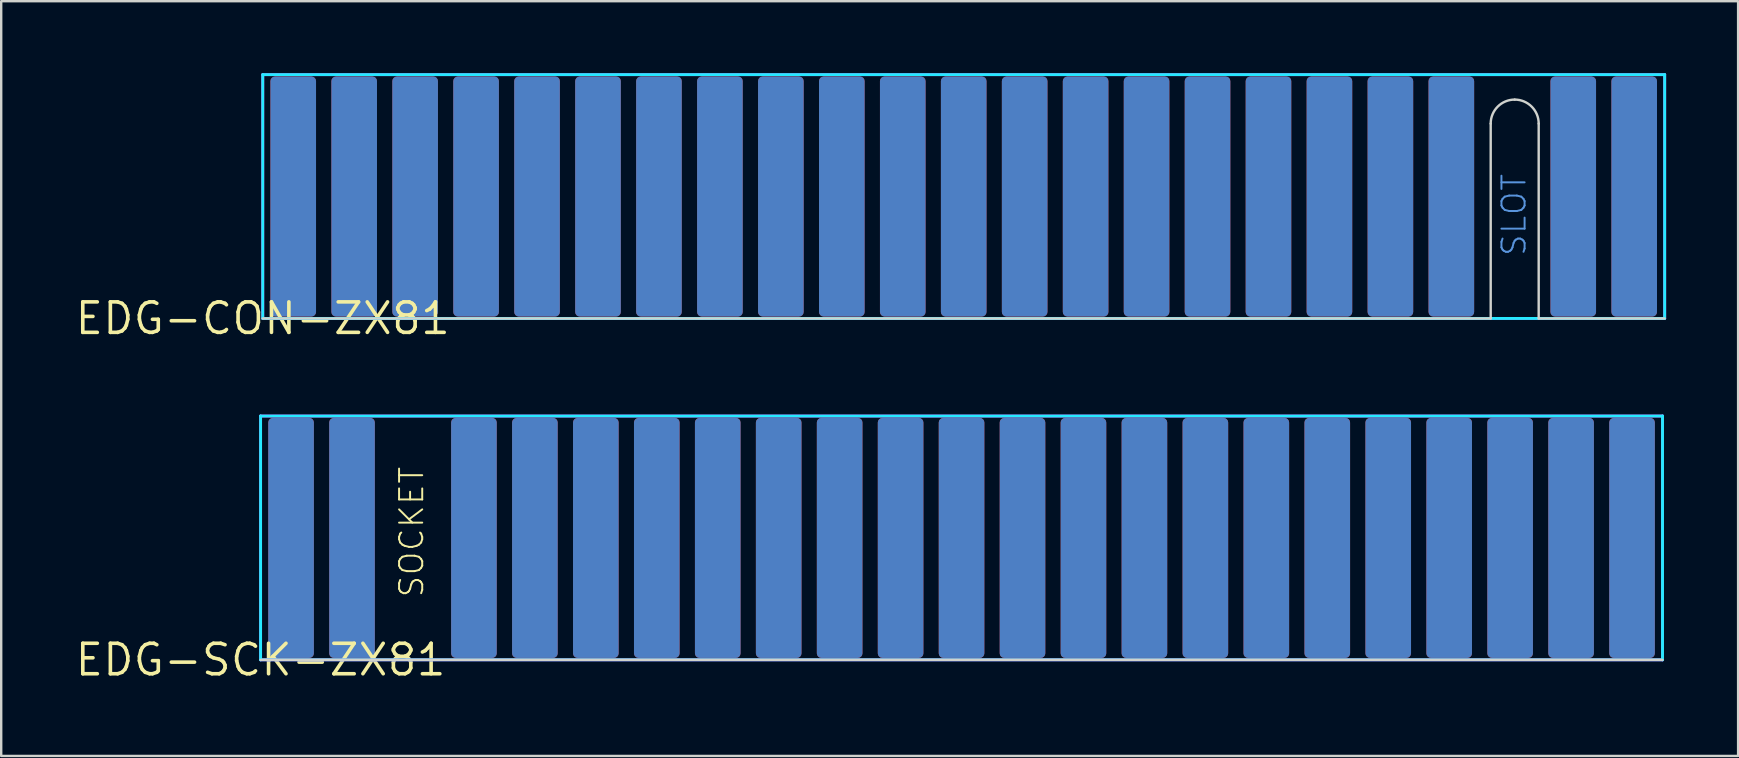
<source format=kicad_pcb>
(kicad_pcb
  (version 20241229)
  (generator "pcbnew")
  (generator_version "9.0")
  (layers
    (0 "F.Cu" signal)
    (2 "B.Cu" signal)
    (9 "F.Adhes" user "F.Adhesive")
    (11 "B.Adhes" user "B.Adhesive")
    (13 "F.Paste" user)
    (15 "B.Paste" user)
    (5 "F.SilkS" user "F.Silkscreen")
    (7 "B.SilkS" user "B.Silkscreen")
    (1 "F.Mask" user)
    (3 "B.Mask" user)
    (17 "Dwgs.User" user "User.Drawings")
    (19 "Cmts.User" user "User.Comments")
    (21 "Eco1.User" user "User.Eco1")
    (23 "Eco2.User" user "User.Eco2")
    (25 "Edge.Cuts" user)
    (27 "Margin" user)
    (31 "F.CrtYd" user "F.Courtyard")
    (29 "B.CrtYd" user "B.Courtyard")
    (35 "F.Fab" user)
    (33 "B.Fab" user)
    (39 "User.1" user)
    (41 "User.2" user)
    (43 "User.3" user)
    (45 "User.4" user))
  (footprint "EDG-CON-ZX81"
    (layer "F.Cu")
    (at 7.899 10.22)
    (property "Reference" "EDG-CON-ZX81" (at 0 0 0) (layer "F.SilkS") (effects (font (size 1.27 1.27) (thickness 0.15))))
    (attr through_hole)
    (fp_line (start 0 0) (end 51.17 0) (stroke (width 0.1) (type solid)) (layer "Edge.Cuts"))
    (fp_line (start 51.17 0) (end 51.17 -8.12) (stroke (width 0.1) (type solid)) (layer "Edge.Cuts"))
    (fp_line (start 53.17 -8.12) (end 53.17 0) (stroke (width 0.1) (type solid)) (layer "Edge.Cuts"))
    (fp_line (start 53.17 0) (end 58.42 0) (stroke (width 0.1) (type solid)) (layer "Edge.Cuts"))
    (fp_arc (start 51.17 -8.12) (mid 51.462893 -8.827107) (end 52.17 -9.12) (stroke (width 0.1) (type solid)) (layer "Edge.Cuts"))
    (fp_arc (start 52.17 -9.12) (mid 52.877107 -8.827107) (end 53.17 -8.12) (stroke (width 0.1) (type solid)) (layer "Edge.Cuts"))
    (fp_line (start 0 -10.16) (end 58.42 -10.16) (stroke (width 0.12) (type solid)) (layer "B.CrtYd"))
    (fp_line (start 0 0) (end 0 -10.16) (stroke (width 0.12) (type solid)) (layer "B.CrtYd"))
    (fp_line (start 58.42 -10.16) (end 58.42 0) (stroke (width 0.12) (type solid)) (layer "B.CrtYd"))
    (fp_line (start 58.42 0) (end 0 0) (stroke (width 0.12) (type solid)) (layer "B.CrtYd"))
    (fp_line (start 0 -10.16) (end 58.42 -10.16) (stroke (width 0.12) (type solid)) (layer "F.CrtYd"))
    (fp_line (start 0 0) (end 0 -10.16) (stroke (width 0.12) (type solid)) (layer "F.CrtYd"))
    (fp_line (start 58.42 -10.16) (end 58.42 0) (stroke (width 0.12) (type solid)) (layer "F.CrtYd"))
    (fp_line (start 58.42 0) (end 0 0) (stroke (width 0.12) (type solid)) (layer "F.CrtYd"))
    (fp_text user "SLOT" (at 52.705 -2.54 90) (unlocked yes) (layer "Cmts.User") (effects (font (size 0.965 0.965) (thickness 0.081)) (justify left bottom)))
    (pad "+5V" smd roundrect (at 57.15 -5.08) (size 1.9 10) (layers "B.Cu" "B.Mask" "B.Paste") (roundrect_rratio 0.1))
    (pad "+9V" smd roundrect (at 54.61 -5.08) (size 1.9 10) (layers "B.Cu" "B.Mask" "B.Paste") (roundrect_rratio 0.1))
    (pad "A0" smd roundrect (at 41.91 -5.08) (size 1.9 10) (layers "B.Cu" "B.Mask" "B.Paste") (roundrect_rratio 0.1))
    (pad "A1" smd roundrect (at 39.37 -5.08) (size 1.9 10) (layers "B.Cu" "B.Mask" "B.Paste") (roundrect_rratio 0.1))
    (pad "A2" smd roundrect (at 36.83 -5.08) (size 1.9 10) (layers "B.Cu" "B.Mask" "B.Paste") (roundrect_rratio 0.1))
    (pad "A3" smd roundrect (at 34.29 -5.08) (size 1.9 10) (layers "B.Cu" "B.Mask" "B.Paste") (roundrect_rratio 0.1))
    (pad "A4" smd roundrect (at 3.81 -5.08) (size 1.9 10) (layers "B.Cu" "B.Mask" "B.Paste") (roundrect_rratio 0.1))
    (pad "A5" smd roundrect (at 6.35 -5.08) (size 1.9 10) (layers "B.Cu" "B.Mask" "B.Paste") (roundrect_rratio 0.1))
    (pad "A6" smd roundrect (at 8.89 -5.08) (size 1.9 10) (layers "B.Cu" "B.Mask" "B.Paste") (roundrect_rratio 0.1))
    (pad "A7" smd roundrect (at 11.43 -5.08) (size 1.9 10) (layers "B.Cu" "B.Mask" "B.Paste") (roundrect_rratio 0.1))
    (pad "A8" smd roundrect (at 13.97 -5.08) (size 1.9 10) (layers "B.Cu" "B.Mask" "B.Paste") (roundrect_rratio 0.1))
    (pad "A9" smd roundrect (at 16.51 -5.08) (size 1.9 10) (layers "B.Cu" "B.Mask" "B.Paste") (roundrect_rratio 0.1))
    (pad "A10" smd roundrect (at 19.05 -5.08) (size 1.9 10) (layers "B.Cu" "B.Mask" "B.Paste") (roundrect_rratio 0.1))
    (pad "A11" smd roundrect (at 21.59 -5.08) (size 1.9 10) (layers "B.Cu" "B.Mask" "B.Paste") (roundrect_rratio 0.1))
    (pad "A12" smd roundrect (at 24.13 -5.08) (size 1.9 10) (layers "B.Cu" "B.Mask" "B.Paste") (roundrect_rratio 0.1))
    (pad "A13" smd roundrect (at 26.67 -5.08) (size 1.9 10) (layers "B.Cu" "B.Mask" "B.Paste") (roundrect_rratio 0.1))
    (pad "A14" smd roundrect (at 29.21 -5.08) (size 1.9 10) (layers "B.Cu" "B.Mask" "B.Paste") (roundrect_rratio 0.1))
    (pad "A15" smd roundrect (at 31.75 -5.08) (size 1.9 10) (layers "B.Cu" "B.Mask" "B.Paste") (roundrect_rratio 0.1))
    (pad "D0" smd roundrect (at 49.53 -5.08) (size 1.9 10) (layers "F.Cu" "F.Mask" "F.Paste") (roundrect_rratio 0.1))
    (pad "D1" smd roundrect (at 46.99 -5.08) (size 1.9 10) (layers "F.Cu" "F.Mask" "F.Paste") (roundrect_rratio 0.1))
    (pad "D2" smd roundrect (at 44.45 -5.08) (size 1.9 10) (layers "F.Cu" "F.Mask" "F.Paste") (roundrect_rratio 0.1))
    (pad "D3" smd roundrect (at 36.83 -5.08) (size 1.9 10) (layers "F.Cu" "F.Mask" "F.Paste") (roundrect_rratio 0.1))
    (pad "D4" smd roundrect (at 34.29 -5.08) (size 1.9 10) (layers "F.Cu" "F.Mask" "F.Paste") (roundrect_rratio 0.1))
    (pad "D5" smd roundrect (at 39.37 -5.08) (size 1.9 10) (layers "F.Cu" "F.Mask" "F.Paste") (roundrect_rratio 0.1))
    (pad "D6" smd roundrect (at 41.91 -5.08) (size 1.9 10) (layers "F.Cu" "F.Mask" "F.Paste") (roundrect_rratio 0.1))
    (pad "D7" smd roundrect (at 57.15 -5.08) (size 1.9 10) (layers "F.Cu" "F.Mask" "F.Paste") (roundrect_rratio 0.1))
    (pad "GND0" smd roundrect (at 49.53 -5.08) (size 1.9 10) (layers "B.Cu" "B.Mask" "B.Paste") (roundrect_rratio 0.1))
    (pad "GND1" smd roundrect (at 46.99 -5.08) (size 1.9 10) (layers "B.Cu" "B.Mask" "B.Paste") (roundrect_rratio 0.1))
    (pad "RAM_C.S." smd roundrect (at 54.61 -5.08) (size 1.9 10) (layers "F.Cu" "F.Mask" "F.Paste") (roundrect_rratio 0.1))
    (pad "~{BUSAC}" smd roundrect (at 13.97 -5.08) (size 1.9 10) (layers "F.Cu" "F.Mask" "F.Paste") (roundrect_rratio 0.1))
    (pad "~{BUSRQ}" smd roundrect (at 8.89 -5.08) (size 1.9 10) (layers "F.Cu" "F.Mask" "F.Paste") (roundrect_rratio 0.1))
    (pad "~{HALT}" smd roundrect (at 26.67 -5.08) (size 1.9 10) (layers "F.Cu" "F.Mask" "F.Paste") (roundrect_rratio 0.1))
    (pad "~{INT}" smd roundrect (at 31.75 -5.08) (size 1.9 10) (layers "F.Cu" "F.Mask" "F.Paste") (roundrect_rratio 0.1))
    (pad "~{IORQ}" smd roundrect (at 21.59 -5.08) (size 1.9 10) (layers "F.Cu" "F.Mask" "F.Paste") (roundrect_rratio 0.1))
    (pad "~{M1}" smd roundrect (at 3.81 -5.08) (size 1.9 10) (layers "F.Cu" "F.Mask" "F.Paste") (roundrect_rratio 0.1))
    (pad "~{MREQ}" smd roundrect (at 24.13 -5.08) (size 1.9 10) (layers "F.Cu" "F.Mask" "F.Paste") (roundrect_rratio 0.1))
    (pad "~{NMI}" smd roundrect (at 29.21 -5.08) (size 1.9 10) (layers "F.Cu" "F.Mask" "F.Paste") (roundrect_rratio 0.1))
    (pad "~{PHI}" smd roundrect (at 44.45 -5.08) (size 1.9 10) (layers "B.Cu" "B.Mask" "B.Paste") (roundrect_rratio 0.1))
    (pad "~{RD}" smd roundrect (at 19.05 -5.08) (size 1.9 10) (layers "F.Cu" "F.Mask" "F.Paste") (roundrect_rratio 0.1))
    (pad "~{RESET}" smd roundrect (at 6.35 -5.08) (size 1.9 10) (layers "F.Cu" "F.Mask" "F.Paste") (roundrect_rratio 0.1))
    (pad "~{RFSH}" smd roundrect (at 1.27 -5.08) (size 1.9 10) (layers "F.Cu" "F.Mask" "F.Paste") (roundrect_rratio 0.1))
    (pad "~{ROM_C.S.}" smd roundrect (at 1.27 -5.08) (size 1.9 10) (layers "B.Cu" "B.Mask" "B.Paste") (roundrect_rratio 0.1))
    (pad "~{WAIT}" smd roundrect (at 11.43 -5.08) (size 1.9 10) (layers "F.Cu" "F.Mask" "F.Paste") (roundrect_rratio 0.1))
    (pad "~{WR}" smd roundrect (at 16.51 -5.08) (size 1.9 10) (layers "F.Cu" "F.Mask" "F.Paste") (roundrect_rratio 0.1)))
  (footprint "EDG-SCK-ZX81"
    (layer "F.Cu")
    (at 7.809 24.446)
    (property "Reference" "EDG-SCK-ZX81" (at 0 0 0) (layer "F.SilkS") (effects (font (size 1.27 1.27) (thickness 0.15))))
    (attr through_hole)
    (fp_line (start 58.42 0) (end 0 0) (stroke (width 0.1) (type solid)) (layer "Edge.Cuts"))
    (fp_line (start 0 -10.16) (end 58.42 -10.16) (stroke (width 0.12) (type solid)) (layer "B.CrtYd"))
    (fp_line (start 0 0) (end 0 -10.16) (stroke (width 0.12) (type solid)) (layer "B.CrtYd"))
    (fp_line (start 58.42 -10.16) (end 58.42 0) (stroke (width 0.12) (type solid)) (layer "B.CrtYd"))
    (fp_line (start 58.42 0) (end 0 0) (stroke (width 0.12) (type solid)) (layer "B.CrtYd"))
    (fp_line (start 0 -10.16) (end 58.42 -10.16) (stroke (width 0.12) (type solid)) (layer "F.CrtYd"))
    (fp_line (start 0 0) (end 0 -10.16) (stroke (width 0.12) (type solid)) (layer "F.CrtYd"))
    (fp_line (start 0 0) (end 58.42 0) (stroke (width 0.12) (type solid)) (layer "F.CrtYd"))
    (fp_line (start 58.42 -10.16) (end 58.42 0) (stroke (width 0.12) (type solid)) (layer "F.CrtYd"))
    (fp_text user "SOCKET" (at 6.858 -2.54 90) (unlocked yes) (layer "F.SilkS") (effects (font (size 0.965 0.965) (thickness 0.081)) (justify left bottom)))
    (pad "+5V" smd roundrect (at 1.27 -5.08) (size 1.9 10) (layers "B.Cu" "B.Mask" "B.Paste") (roundrect_rratio 0.1))
    (pad "+9V" smd roundrect (at 3.81 -5.08) (size 1.9 10) (layers "B.Cu" "B.Mask" "B.Paste") (roundrect_rratio 0.1))
    (pad "A0" smd roundrect (at 16.51 -5.08) (size 1.9 10) (layers "B.Cu" "B.Mask" "B.Paste") (roundrect_rratio 0.1))
    (pad "A1" smd roundrect (at 19.05 -5.08) (size 1.9 10) (layers "B.Cu" "B.Mask" "B.Paste") (roundrect_rratio 0.1))
    (pad "A2" smd roundrect (at 21.59 -5.08) (size 1.9 10) (layers "B.Cu" "B.Mask" "B.Paste") (roundrect_rratio 0.1))
    (pad "A3" smd roundrect (at 24.13 -5.08) (size 1.9 10) (layers "B.Cu" "B.Mask" "B.Paste") (roundrect_rratio 0.1))
    (pad "A4" smd roundrect (at 54.61 -5.08) (size 1.9 10) (layers "B.Cu" "B.Mask" "B.Paste") (roundrect_rratio 0.1))
    (pad "A5" smd roundrect (at 52.07 -5.08) (size 1.9 10) (layers "B.Cu" "B.Mask" "B.Paste") (roundrect_rratio 0.1))
    (pad "A6" smd roundrect (at 49.53 -5.08) (size 1.9 10) (layers "B.Cu" "B.Mask" "B.Paste") (roundrect_rratio 0.1))
    (pad "A7" smd roundrect (at 46.99 -5.08) (size 1.9 10) (layers "B.Cu" "B.Mask" "B.Paste") (roundrect_rratio 0.1))
    (pad "A8" smd roundrect (at 44.45 -5.08) (size 1.9 10) (layers "B.Cu" "B.Mask" "B.Paste") (roundrect_rratio 0.1))
    (pad "A9" smd roundrect (at 41.91 -5.08) (size 1.9 10) (layers "B.Cu" "B.Mask" "B.Paste") (roundrect_rratio 0.1))
    (pad "A10" smd roundrect (at 39.37 -5.08) (size 1.9 10) (layers "B.Cu" "B.Mask" "B.Paste") (roundrect_rratio 0.1))
    (pad "A11" smd roundrect (at 36.83 -5.08) (size 1.9 10) (layers "B.Cu" "B.Mask" "B.Paste") (roundrect_rratio 0.1))
    (pad "A12" smd roundrect (at 34.29 -5.08) (size 1.9 10) (layers "B.Cu" "B.Mask" "B.Paste") (roundrect_rratio 0.1))
    (pad "A13" smd roundrect (at 31.75 -5.08) (size 1.9 10) (layers "B.Cu" "B.Mask" "B.Paste") (roundrect_rratio 0.1))
    (pad "A14" smd roundrect (at 29.21 -5.08) (size 1.9 10) (layers "B.Cu" "B.Mask" "B.Paste") (roundrect_rratio 0.1))
    (pad "A15" smd roundrect (at 26.67 -5.08) (size 1.9 10) (layers "B.Cu" "B.Mask" "B.Paste") (roundrect_rratio 0.1))
    (pad "D0" smd roundrect (at 8.89 -5.08) (size 1.9 10) (layers "F.Cu" "F.Mask" "F.Paste") (roundrect_rratio 0.1))
    (pad "D1" smd roundrect (at 11.43 -5.08) (size 1.9 10) (layers "F.Cu" "F.Mask" "F.Paste") (roundrect_rratio 0.1))
    (pad "D2" smd roundrect (at 13.97 -5.08) (size 1.9 10) (layers "F.Cu" "F.Mask" "F.Paste") (roundrect_rratio 0.1))
    (pad "D3" smd roundrect (at 21.59 -5.08) (size 1.9 10) (layers "F.Cu" "F.Mask" "F.Paste") (roundrect_rratio 0.1))
    (pad "D4" smd roundrect (at 24.13 -5.08) (size 1.9 10) (layers "F.Cu" "F.Mask" "F.Paste") (roundrect_rratio 0.1))
    (pad "D5" smd roundrect (at 19.05 -5.08) (size 1.9 10) (layers "F.Cu" "F.Mask" "F.Paste") (roundrect_rratio 0.1))
    (pad "D6" smd roundrect (at 16.51 -5.08) (size 1.9 10) (layers "F.Cu" "F.Mask" "F.Paste") (roundrect_rratio 0.1))
    (pad "D7" smd roundrect (at 1.27 -5.08) (size 1.9 10) (layers "F.Cu" "F.Mask" "F.Paste") (roundrect_rratio 0.1))
    (pad "GND0" smd roundrect (at 8.89 -5.08) (size 1.9 10) (layers "B.Cu" "B.Mask" "B.Paste") (roundrect_rratio 0.1))
    (pad "GND1" smd roundrect (at 11.43 -5.08) (size 1.9 10) (layers "B.Cu" "B.Mask" "B.Paste") (roundrect_rratio 0.1))
    (pad "RAM C.S." smd roundrect (at 3.81 -5.08) (size 1.9 10) (layers "F.Cu" "F.Mask" "F.Paste") (roundrect_rratio 0.1))
    (pad "~{BUSAC}" smd roundrect (at 44.45 -5.08) (size 1.9 10) (layers "F.Cu" "F.Mask" "F.Paste") (roundrect_rratio 0.1))
    (pad "~{BUSRQ}" smd roundrect (at 49.53 -5.08) (size 1.9 10) (layers "F.Cu" "F.Mask" "F.Paste") (roundrect_rratio 0.1))
    (pad "~{HALT}" smd roundrect (at 31.75 -5.08) (size 1.9 10) (layers "F.Cu" "F.Mask" "F.Paste") (roundrect_rratio 0.1))
    (pad "~{INT}" smd roundrect (at 26.67 -5.08) (size 1.9 10) (layers "F.Cu" "F.Mask" "F.Paste") (roundrect_rratio 0.1))
    (pad "~{IORQ}" smd roundrect (at 36.83 -5.08) (size 1.9 10) (layers "F.Cu" "F.Mask" "F.Paste") (roundrect_rratio 0.1))
    (pad "~{M1}" smd roundrect (at 54.61 -5.08) (size 1.9 10) (layers "F.Cu" "F.Mask" "F.Paste") (roundrect_rratio 0.1))
    (pad "~{MREQ}" smd roundrect (at 34.29 -5.08) (size 1.9 10) (layers "F.Cu" "F.Mask" "F.Paste") (roundrect_rratio 0.1))
    (pad "~{NMI}" smd roundrect (at 29.21 -5.08) (size 1.9 10) (layers "F.Cu" "F.Mask" "F.Paste") (roundrect_rratio 0.1))
    (pad "~{PHI}" smd roundrect (at 13.97 -5.08) (size 1.9 10) (layers "B.Cu" "B.Mask" "B.Paste") (roundrect_rratio 0.1))
    (pad "~{RD}" smd roundrect (at 39.37 -5.08) (size 1.9 10) (layers "F.Cu" "F.Mask" "F.Paste") (roundrect_rratio 0.1))
    (pad "~{RESET}" smd roundrect (at 52.07 -5.08) (size 1.9 10) (layers "F.Cu" "F.Mask" "F.Paste") (roundrect_rratio 0.1))
    (pad "~{RFSH}" smd roundrect (at 57.15 -5.08) (size 1.9 10) (layers "F.Cu" "F.Mask" "F.Paste") (roundrect_rratio 0.1))
    (pad "~{ROM C.S.}" smd roundrect (at 57.15 -5.08) (size 1.9 10) (layers "B.Cu" "B.Mask" "B.Paste") (roundrect_rratio 0.1))
    (pad "~{WAIT}" smd roundrect (at 46.99 -5.08) (size 1.9 10) (layers "F.Cu" "F.Mask" "F.Paste") (roundrect_rratio 0.1))
    (pad "~{WR}" smd roundrect (at 41.91 -5.08) (size 1.9 10) (layers "F.Cu" "F.Mask" "F.Paste") (roundrect_rratio 0.1)))
  (gr_rect
    (start -3 -3)
    (end 69.379 28.452)
    (stroke (width 0.1) (type default))
    (fill no)
    (layer "Edge.Cuts")))
</source>
